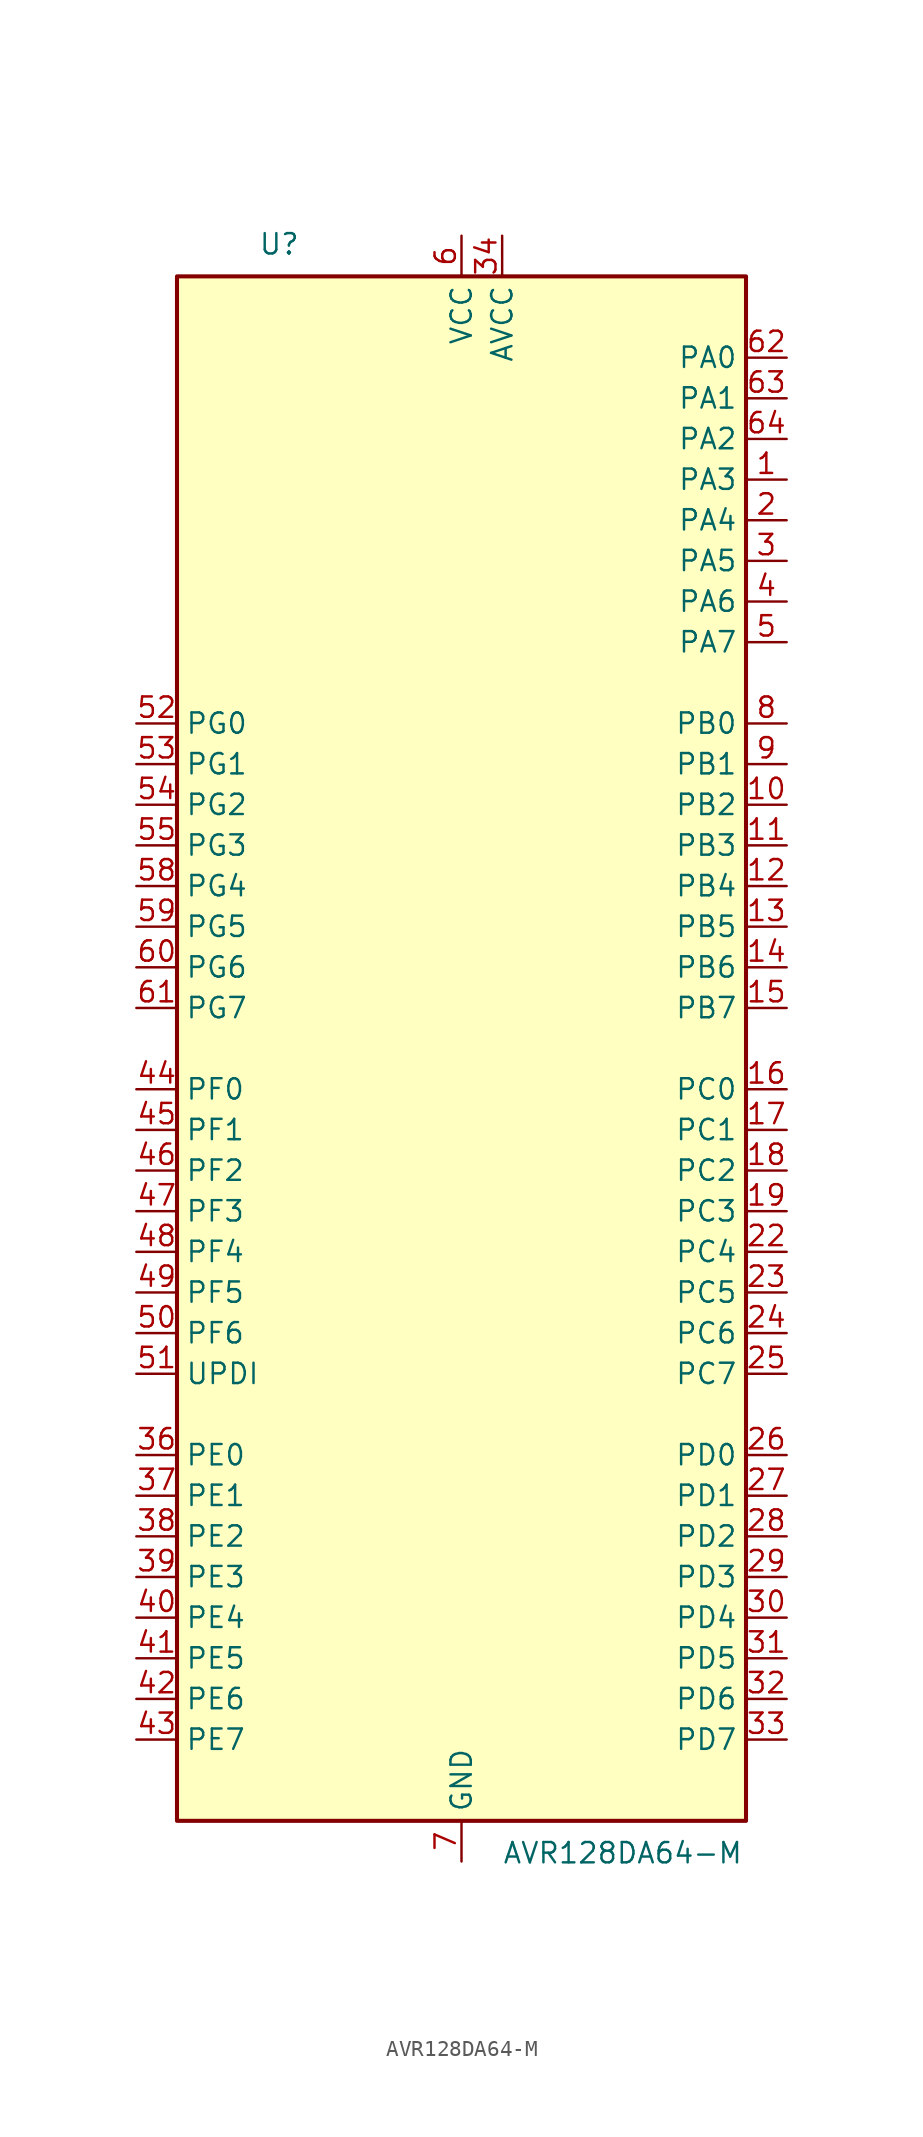
<source format=kicad_sym>
(kicad_symbol_lib
  (version 20211014)
  (generator kicad_symbol_editor)
  (symbol "AVR128DA64-M"
    (property "Reference" "U"
      (at -12.7 49.53 0)
      (effects (font (size 1.27 1.27)) (justify left bottom)))
    (property "Value" "AVR128DA64-M"
      (at 2.54 -49.53 0)
      (effects (font (size 1.27 1.27)) (justify left top)))
    (symbol "AVR128DA64-M_0_1"
      (rectangle (start -17.78 -48.26) (end 17.78 48.26) (stroke (width 0.254) (type default) (color 0 0 0 0)) (fill (type background))))
    (symbol "AVR128DA64-M_1_1"
      (pin bidirectional line (at 20.32 35.56 180) (length 2.54) (name "PA3" (effects (font (size 1.27 1.27)))) (number "1" (effects (font (size 1.27 1.27)))) (alternate "LUT0-OUT" output line) (alternate "TCA0-WO3" output line) (alternate "TCB1-WO" output line) (alternate "TWI0-SCL(MS)" bidirectional line) (alternate "USART0-XDIR" output line) (alternate "X3" output line) (alternate "Y3" bidirectional line))
      (pin bidirectional line (at 20.32 15.24 180) (length 2.54) (name "PB2" (effects (font (size 1.27 1.27)))) (number "10" (effects (font (size 1.27 1.27)))) (alternate "EVOUTB" output line) (alternate "LUT4-IN2" input line) (alternate "TCA0-WO2(1)" output line) (alternate "TCA1-WO2" output line) (alternate "TWI1-SDA(MS)(0,2)" bidirectional line) (alternate "USART3-XCK" bidirectional line) (alternate "X10" output line) (alternate "Y10" bidirectional line))
      (pin bidirectional line (at 20.32 12.7 180) (length 2.54) (name "PB3" (effects (font (size 1.27 1.27)))) (number "11" (effects (font (size 1.27 1.27)))) (alternate "LUT4-OUT" output line) (alternate "TCA0-WO3(1)" output line) (alternate "TCA1-WO3" output line) (alternate "USART1-SCL(MS)(0,2)" bidirectional line) (alternate "USART3-XDIR" output line) (alternate "X11" output line) (alternate "Y11" bidirectional line))
      (pin bidirectional line (at 20.32 10.16 180) (length 2.54) (name "PB4" (effects (font (size 1.27 1.27)))) (number "12" (effects (font (size 1.27 1.27)))) (alternate "SPI1-MOSI(2)" bidirectional line) (alternate "TCA0-WO4(1)" output line) (alternate "TCA1-WO4" output line) (alternate "TCB2-WO(1)" output line) (alternate "TCD0-WOA(1)" output line) (alternate "USART3-TXD(1)" bidirectional line) (alternate "X12" output line) (alternate "Y12" bidirectional line))
      (pin bidirectional line (at 20.32 7.62 180) (length 2.54) (name "PB5" (effects (font (size 1.27 1.27)))) (number "13" (effects (font (size 1.27 1.27)))) (alternate "SPI1-MISO(2)" bidirectional line) (alternate "TCA0-WO5(1)" output line) (alternate "TCA1-WO5" output line) (alternate "TCB3-WO" output line) (alternate "TCD0-WOB(1)" output line) (alternate "USART3-RXD(1)" input line) (alternate "X13" output line) (alternate "Y13" bidirectional line))
      (pin bidirectional line (at 20.32 5.08 180) (length 2.54) (name "PB6" (effects (font (size 1.27 1.27)))) (number "14" (effects (font (size 1.27 1.27)))) (alternate "LUT4-OUT(1)" output line) (alternate "SPI1-SCK(2)" bidirectional line) (alternate "TCD0-WOC(1)" output line) (alternate "TWI1-SDA(S)(1,2)" input line) (alternate "USART3-XCK(1)" bidirectional line) (alternate "X14" output line) (alternate "Y14" bidirectional line))
      (pin bidirectional line (at 20.32 2.54 180) (length 2.54) (name "PB7" (effects (font (size 1.27 1.27)))) (number "15" (effects (font (size 1.27 1.27)))) (alternate "EVOUTB(1)" output line) (alternate "SPI1-~{SS}(2)" bidirectional line) (alternate "TCD0-WOD(1)" output line) (alternate "TWI1-SCL(S)(1,2)" input line) (alternate "USART3-XDIR(1)" output line) (alternate "X15" output line) (alternate "Y15" bidirectional line))
      (pin bidirectional line (at 20.32 -2.54 180) (length 2.54) (name "PC0" (effects (font (size 1.27 1.27)))) (number "16" (effects (font (size 1.27 1.27)))) (alternate "LUT1-IN0" input line) (alternate "SPI1-MOSI" bidirectional line) (alternate "TCA0-WO0(2)" output line) (alternate "TCB2-WO" output line) (alternate "USART1-TXD" bidirectional line))
      (pin bidirectional line (at 20.32 -5.08 180) (length 2.54) (name "PC1" (effects (font (size 1.27 1.27)))) (number "17" (effects (font (size 1.27 1.27)))) (alternate "LUT1-IN1" input line) (alternate "SPI1-MISO" bidirectional line) (alternate "TCA0-WO1(2)" output line) (alternate "TCB3-WO(1)" output line) (alternate "USART1-RXD" input line))
      (pin bidirectional line (at 20.32 -7.62 180) (length 2.54) (name "PC2" (effects (font (size 1.27 1.27)))) (number "18" (effects (font (size 1.27 1.27)))) (alternate "EVOUTC" output line) (alternate "LUT1-IN2" input line) (alternate "SPI1-SCK" bidirectional line) (alternate "TCA-WO2(2)" output line) (alternate "TWI0-SDA(MS+)(0,2)" bidirectional line) (alternate "USART1-XCK" bidirectional line))
      (pin bidirectional line (at 20.32 -10.16 180) (length 2.54) (name "PC3" (effects (font (size 1.27 1.27)))) (number "19" (effects (font (size 1.27 1.27)))) (alternate "LUT1-OUT" output line) (alternate "SPI1-~{SS}" bidirectional line) (alternate "TCA0-WO3(2)" output line) (alternate "TWI0-SCL(MS)(0,2" bidirectional line) (alternate "USART1-XDIR" output line))
      (pin bidirectional line (at 20.32 33.02 180) (length 2.54) (name "PA4" (effects (font (size 1.27 1.27)))) (number "2" (effects (font (size 1.27 1.27)))) (alternate "SPI0-MOSI" bidirectional line) (alternate "TCA0-WO4" output line) (alternate "TCD0-WOA" output line) (alternate "USART0-TXD(1)" bidirectional line) (alternate "X4" output line) (alternate "Y4" bidirectional line))
      (pin power_in line (at 0 50.8 270) (length 2.54) hide (name "VCC" (effects (font (size 1.27 1.27)))) (number "20" (effects (font (size 1.27 1.27)))))
      (pin power_in line (at 0 -50.8 90) (length 2.54) hide (name "GND" (effects (font (size 1.27 1.27)))) (number "21" (effects (font (size 1.27 1.27)))))
      (pin bidirectional line (at 20.32 -12.7 180) (length 2.54) (name "PC4" (effects (font (size 1.27 1.27)))) (number "22" (effects (font (size 1.27 1.27)))) (alternate "SPI1-MOSI(1)" bidirectional line) (alternate "TCA0-WO4(2)" output line) (alternate "TCA1-WO0(1)" output line) (alternate "USART1-TXD(1)" bidirectional line))
      (pin bidirectional line (at 20.32 -15.24 180) (length 2.54) (name "PC5" (effects (font (size 1.27 1.27)))) (number "23" (effects (font (size 1.27 1.27)))) (alternate "SPI1-MISO(1)" bidirectional line) (alternate "TCA0-WO5(2)" output line) (alternate "TCA1-WO1(1)" output line) (alternate "USART1-RXD(1)" input line))
      (pin bidirectional line (at 20.32 -17.78 180) (length 2.54) (name "PC6" (effects (font (size 1.27 1.27)))) (number "24" (effects (font (size 1.27 1.27)))) (alternate "AC0-OUT(1)" output line) (alternate "AC1-OUT(1)" output line) (alternate "AC2-OUT(1)" output line) (alternate "LUT1-OUT(1)" output line) (alternate "SPI1-SCK(1)" bidirectional line) (alternate "TCA-WO2(2)" output line) (alternate "TWI0-SDA(S)(1,2)" bidirectional line) (alternate "USART1-XCK(1)" bidirectional line))
      (pin bidirectional line (at 20.32 -20.32 180) (length 2.54) (name "PC7" (effects (font (size 1.27 1.27)))) (number "25" (effects (font (size 1.27 1.27)))) (alternate "EVOUTC(1)" output line) (alternate "SPI1-~{SS}(1)" bidirectional line) (alternate "TWI0-SCL(S)(1,2)" bidirectional line) (alternate "USART1-XDIR(1)" output line) (alternate "ZCD0-OUT(1)" output line) (alternate "ZCD1-OUT(1)" output line) (alternate "ZCD2-OUT(1)" output line))
      (pin bidirectional line (at 20.32 -25.4 180) (length 2.54) (name "PD0" (effects (font (size 1.27 1.27)))) (number "26" (effects (font (size 1.27 1.27)))) (alternate "AC0-AINN1" input line) (alternate "AC1-AINN1" input line) (alternate "AC2-AINN1" input line) (alternate "ADC0-AIN0" input line) (alternate "LUT2-IN0" input line) (alternate "TC0-WO0(3)" output line) (alternate "X16" output line) (alternate "Y16" bidirectional line))
      (pin bidirectional line (at 20.32 -27.94 180) (length 2.54) (name "PD1" (effects (font (size 1.27 1.27)))) (number "27" (effects (font (size 1.27 1.27)))) (alternate "ADC0-AIN1" input line) (alternate "LUT2-IN1" input line) (alternate "TCA0-WO1(3)" output line) (alternate "X17" output line) (alternate "Y17" bidirectional line) (alternate "ZCD0-ZCIN" input line))
      (pin bidirectional line (at 20.32 -30.48 180) (length 2.54) (name "PD2" (effects (font (size 1.27 1.27)))) (number "28" (effects (font (size 1.27 1.27)))) (alternate "AC0-AINP0" input line) (alternate "AC1-AINP0" input line) (alternate "AC2-AINP0" input line) (alternate "ADC0-AIN2" input line) (alternate "EVOUTD" output line) (alternate "LUT2-IN2" input line) (alternate "TCA0-WO2(3)" output line) (alternate "X18" output line) (alternate "Y18" bidirectional line))
      (pin bidirectional line (at 20.32 -33.02 180) (length 2.54) (name "PD3" (effects (font (size 1.27 1.27)))) (number "29" (effects (font (size 1.27 1.27)))) (alternate "AC0-AINN0" input line) (alternate "AC1-AINP1" input line) (alternate "ADC0-AIN3" input line) (alternate "LUT2-OUT" output line) (alternate "TCA0-WO3(3)" output line) (alternate "X19" output line) (alternate "Y19" bidirectional line))
      (pin bidirectional line (at 20.32 30.48 180) (length 2.54) (name "PA5" (effects (font (size 1.27 1.27)))) (number "3" (effects (font (size 1.27 1.27)))) (alternate "SPI0-MISO" bidirectional line) (alternate "TCA0-WO5" output line) (alternate "TCD0-WOB" output line) (alternate "USART0-RXD(1)" input line) (alternate "X5" output line) (alternate "Y5" bidirectional line))
      (pin bidirectional line (at 20.32 -35.56 180) (length 2.54) (name "PD4" (effects (font (size 1.27 1.27)))) (number "30" (effects (font (size 1.27 1.27)))) (alternate "AC1-AINP2" input line) (alternate "AC2-AINP1" input line) (alternate "ADC0-AIN4" input line) (alternate "TCA0-WO4(3)" output line) (alternate "X20" output line) (alternate "Y20" bidirectional line))
      (pin bidirectional line (at 20.32 -38.1 180) (length 2.54) (name "PD5" (effects (font (size 1.27 1.27)))) (number "31" (effects (font (size 1.27 1.27)))) (alternate "AC1-AINN0" input line) (alternate "ADC0-AIN5" input line) (alternate "TCA0-WO5(3)" output line) (alternate "X21" output line) (alternate "Y21" bidirectional line))
      (pin bidirectional line (at 20.32 -40.64 180) (length 2.54) (name "PD6" (effects (font (size 1.27 1.27)))) (number "32" (effects (font (size 1.27 1.27)))) (alternate "AC0-AINP3" input line) (alternate "AC1-AINP3" input line) (alternate "AC2-AINP3" input line) (alternate "ADC0-AIN6" input line) (alternate "DAC0-OUT" output line) (alternate "LUT2-OUT(1)" output line) (alternate "X22" output line) (alternate "Y22" bidirectional line))
      (pin bidirectional line (at 20.32 -43.18 180) (length 2.54) (name "PD7" (effects (font (size 1.27 1.27)))) (number "33" (effects (font (size 1.27 1.27)))) (alternate "AC0-AINN2" input line) (alternate "AC1-AINN2" input line) (alternate "AC2-AINN0/2" input line) (alternate "ADC0-AIN7" input line) (alternate "EVOUTD(1)" output line) (alternate "VREFA" input line) (alternate "X23" output line) (alternate "Y23" bidirectional line))
      (pin power_in line (at 2.54 50.8 270) (length 2.54) (name "AVCC" (effects (font (size 1.27 1.27)))) (number "34" (effects (font (size 1.27 1.27)))))
      (pin power_in line (at 0 -50.8 90) (length 2.54) hide (name "GND" (effects (font (size 1.27 1.27)))) (number "35" (effects (font (size 1.27 1.27)))))
      (pin bidirectional line (at -20.32 -25.4 0) (length 2.54) (name "PE0" (effects (font (size 1.27 1.27)))) (number "36" (effects (font (size 1.27 1.27)))) (alternate "AC0-AINP1" input line) (alternate "ADC0-AIN8" input line) (alternate "SPI0-MOSI(1)" bidirectional line) (alternate "TCA0-WO0(4)" output line) (alternate "USART4-TXD" output line) (alternate "X24" output line) (alternate "Y24" bidirectional line))
      (pin bidirectional line (at -20.32 -27.94 0) (length 2.54) (name "PE1" (effects (font (size 1.27 1.27)))) (number "37" (effects (font (size 1.27 1.27)))) (alternate "AC2-AINP2" input line) (alternate "ADC-AIN9" input line) (alternate "SPI0-MISO(1)" bidirectional line) (alternate "TCA0-WO1(4)" output line) (alternate "USART4-RXD" input line) (alternate "X25" output line) (alternate "Y25" bidirectional line))
      (pin bidirectional line (at -20.32 -30.48 0) (length 2.54) (name "PE2" (effects (font (size 1.27 1.27)))) (number "38" (effects (font (size 1.27 1.27)))) (alternate "AC0-AINP2" input line) (alternate "ADC0-AIN10" input line) (alternate "EVOUTE" output line) (alternate "OP2-OUT" output line) (alternate "SPI0-SCK(1)" bidirectional line) (alternate "TCA0-WO2(4)" output line) (alternate "USART4-XCK" bidirectional line) (alternate "X26" output line) (alternate "Y26" bidirectional line))
      (pin bidirectional line (at -20.32 -33.02 0) (length 2.54) (name "PE3" (effects (font (size 1.27 1.27)))) (number "39" (effects (font (size 1.27 1.27)))) (alternate "ADC0-AIN11" input line) (alternate "SPI0-~{SS}(1)" bidirectional line) (alternate "TCA0-WO3(4)" output line) (alternate "USART4-XDIR" output line) (alternate "X27" output line) (alternate "Y27" bidirectional line) (alternate "ZCD1-ZCIN" input line))
      (pin bidirectional line (at 20.32 27.94 180) (length 2.54) (name "PA6" (effects (font (size 1.27 1.27)))) (number "4" (effects (font (size 1.27 1.27)))) (alternate "LUT0-OUT(1)" output line) (alternate "SPI0-SCK" bidirectional line) (alternate "TCD0-WOC" output line) (alternate "USART0-XCK(1)" bidirectional line) (alternate "X6" output line) (alternate "Y6" bidirectional line))
      (pin bidirectional line (at -20.32 -35.56 0) (length 2.54) (name "PE4" (effects (font (size 1.27 1.27)))) (number "40" (effects (font (size 1.27 1.27)))) (alternate "ADC0-AIN12" input line) (alternate "TCA0-WO4(4)" output line) (alternate "TCA1-WO0(2)" output line) (alternate "USART4-TXD(1)" bidirectional line) (alternate "X28" output line) (alternate "Y28" bidirectional line))
      (pin bidirectional line (at -20.32 -38.1 0) (length 2.54) (name "PE5" (effects (font (size 1.27 1.27)))) (number "41" (effects (font (size 1.27 1.27)))) (alternate "ADC0-AIN13" input line) (alternate "TCA0-WO5(4)" output line) (alternate "TCA1-WO1(2)" output line) (alternate "USART4-RXD(1)" input line) (alternate "X29" output line) (alternate "Y29" bidirectional line))
      (pin bidirectional line (at -20.32 -40.64 0) (length 2.54) (name "PE6" (effects (font (size 1.27 1.27)))) (number "42" (effects (font (size 1.27 1.27)))) (alternate "ADC0-AIN14" input line) (alternate "TCA1-WO2(2)" output line) (alternate "USART4-XCK(1)" bidirectional line) (alternate "X30" output line) (alternate "Y30" bidirectional line))
      (pin bidirectional line (at -20.32 -43.18 0) (length 2.54) (name "PE7" (effects (font (size 1.27 1.27)))) (number "43" (effects (font (size 1.27 1.27)))) (alternate "ADC0-AIN15" input line) (alternate "EVOUTE(1)" output line) (alternate "USART4-XDIR(1)" output line) (alternate "X31" output line) (alternate "Y31" bidirectional line) (alternate "ZCD2-ZCIN" input line))
      (pin bidirectional line (at -20.32 -2.54 0) (length 2.54) (name "PF0" (effects (font (size 1.27 1.27)))) (number "44" (effects (font (size 1.27 1.27)))) (alternate "ADC0-AIN16(P)" input line) (alternate "LUT3-IN0" input line) (alternate "TCA0-WO0(5)" output line) (alternate "TCD0-WOA(2)" output line) (alternate "USART2-TXD" bidirectional line) (alternate "X32" output line) (alternate "XTAL32K1" passive line) (alternate "Y32" bidirectional line))
      (pin bidirectional line (at -20.32 -5.08 0) (length 2.54) (name "PF1" (effects (font (size 1.27 1.27)))) (number "45" (effects (font (size 1.27 1.27)))) (alternate "ADC0-AIN17(P)" input line) (alternate "LUT3-IN1" input line) (alternate "TCA0-WO1(5)" output line) (alternate "TCD0-WOB(2)" output line) (alternate "USART2-RXD" input line) (alternate "X33" output line) (alternate "XTAL32K2" passive line) (alternate "Y33" bidirectional line))
      (pin bidirectional line (at -20.32 -7.62 0) (length 2.54) (name "PF2" (effects (font (size 1.27 1.27)))) (number "46" (effects (font (size 1.27 1.27)))) (alternate "ADC0-AIN18(P)" input line) (alternate "EVOUTF" output line) (alternate "LUT3-IN2" input line) (alternate "TCA0-WO2(5)" output line) (alternate "TCD0-WOC(2)" output line) (alternate "TWI1-SDA(MS+)" bidirectional line) (alternate "USART2-XCK" bidirectional line) (alternate "X34" output line) (alternate "Y34" bidirectional line))
      (pin bidirectional line (at -20.32 -10.16 0) (length 2.54) (name "PF3" (effects (font (size 1.27 1.27)))) (number "47" (effects (font (size 1.27 1.27)))) (alternate "ADC0-AIN19(P)" input line) (alternate "LUT3-OUT" output line) (alternate "TCA0-WO3(5)" output line) (alternate "TCD0-WOD(2)" output line) (alternate "TWI1-SCL(MS+)" bidirectional line) (alternate "USART2-XDIR" output line) (alternate "X35" output line) (alternate "Y35" bidirectional line))
      (pin bidirectional line (at -20.32 -12.7 0) (length 2.54) (name "PF4" (effects (font (size 1.27 1.27)))) (number "48" (effects (font (size 1.27 1.27)))) (alternate "ADC0-AIN20(P)" input line) (alternate "TCA0-WO4(5)" output line) (alternate "TCB0-WO(1)" output line) (alternate "USART2-TXD(1)" output line) (alternate "X36" output line) (alternate "Y36" bidirectional line))
      (pin bidirectional line (at -20.32 -15.24 0) (length 2.54) (name "PF5" (effects (font (size 1.27 1.27)))) (number "49" (effects (font (size 1.27 1.27)))) (alternate "ADC0-AIN21(P)" input line) (alternate "TCA0-WO5(5)" output line) (alternate "TCB1-WO(1)" output line) (alternate "USART2-RXD(1)" input line) (alternate "X37" output line) (alternate "Y37" bidirectional line))
      (pin bidirectional line (at 20.32 25.4 180) (length 2.54) (name "PA7" (effects (font (size 1.27 1.27)))) (number "5" (effects (font (size 1.27 1.27)))) (alternate "AC0-OUT" output line) (alternate "AC1-OUT" output line) (alternate "AC2-OUT" output line) (alternate "CLKOUT" output line) (alternate "EVOUTA(1)" output line) (alternate "SPI0-~{SS}" bidirectional line) (alternate "TCD0-WOD" output line) (alternate "USART0-XDIR(1)" output line) (alternate "X7" output line) (alternate "Y7" bidirectional line) (alternate "ZCD0-OUT" output line) (alternate "ZCD1-OUT" output line) (alternate "ZDC2-OUT" output line))
      (pin input line (at -20.32 -17.78 0) (length 2.54) (name "PF6" (effects (font (size 1.27 1.27)))) (number "50" (effects (font (size 1.27 1.27)))) (alternate "~{RESET}" input line))
      (pin bidirectional line (at -20.32 -20.32 0) (length 2.54) (name "UPDI" (effects (font (size 1.27 1.27)))) (number "51" (effects (font (size 1.27 1.27)))))
      (pin bidirectional line (at -20.32 20.32 0) (length 2.54) (name "PG0" (effects (font (size 1.27 1.27)))) (number "52" (effects (font (size 1.27 1.27)))) (alternate "LUT5-IN0" input line) (alternate "TCA0-WO0(6)" output line) (alternate "TCA1-WO0(3)" output line) (alternate "USART5-TXD" bidirectional line) (alternate "X40" output line) (alternate "Y40" bidirectional line))
      (pin bidirectional line (at -20.32 17.78 0) (length 2.54) (name "PG1" (effects (font (size 1.27 1.27)))) (number "53" (effects (font (size 1.27 1.27)))) (alternate "LUT5-IN1" input line) (alternate "TCA0-WO1(6)" output line) (alternate "TCA1-WO1(3)" output line) (alternate "USART5-RXD" input line) (alternate "X41" output line) (alternate "Y41" bidirectional line))
      (pin bidirectional line (at -20.32 15.24 0) (length 2.54) (name "PG2" (effects (font (size 1.27 1.27)))) (number "54" (effects (font (size 1.27 1.27)))) (alternate "EVOUTG" output line) (alternate "LUT5-IN2" input line) (alternate "TCA0-WO2(6)" output line) (alternate "TCA1-WO2(3)" output line) (alternate "USART5-XCK" bidirectional line) (alternate "X42" output line) (alternate "Y42" bidirectional line))
      (pin bidirectional line (at -20.32 12.7 0) (length 2.54) (name "PG3" (effects (font (size 1.27 1.27)))) (number "55" (effects (font (size 1.27 1.27)))) (alternate "LUT5-OUT" output line) (alternate "TCA0-WO3(6)" output line) (alternate "TCA1-WO3(3)" output line) (alternate "TCB4-WO" output line) (alternate "USART5-XDIR" output line) (alternate "X43" output line) (alternate "Y43" bidirectional line))
      (pin power_in line (at 0 50.8 270) (length 2.54) hide (name "VCC" (effects (font (size 1.27 1.27)))) (number "56" (effects (font (size 1.27 1.27)))))
      (pin power_in line (at 0 -50.8 90) (length 2.54) hide (name "GND" (effects (font (size 1.27 1.27)))) (number "57" (effects (font (size 1.27 1.27)))))
      (pin bidirectional line (at -20.32 10.16 0) (length 2.54) (name "PG4" (effects (font (size 1.27 1.27)))) (number "58" (effects (font (size 1.27 1.27)))) (alternate "SPI0-MOSI(2)" bidirectional line) (alternate "TCA0-WO4(6)" output line) (alternate "TCA1-WO4(3)" output line) (alternate "TCD0-WOB(3)" output line) (alternate "USART5-TXD(1)" bidirectional line) (alternate "X44" output line) (alternate "Y44" bidirectional line))
      (pin bidirectional line (at -20.32 7.62 0) (length 2.54) (name "PG5" (effects (font (size 1.27 1.27)))) (number "59" (effects (font (size 1.27 1.27)))) (alternate "SPI0-MISO(2)" bidirectional line) (alternate "TCA0-WO5(6)" output line) (alternate "TCA1-WO5(3)" output line) (alternate "TCD0-WOB(3)" output line) (alternate "USART5-RXD(1)" input line) (alternate "X45" output line) (alternate "Y45" bidirectional line))
      (pin power_in line (at 0 50.8 270) (length 2.54) (name "VCC" (effects (font (size 1.27 1.27)))) (number "6" (effects (font (size 1.27 1.27)))))
      (pin bidirectional line (at -20.32 5.08 0) (length 2.54) (name "PG6" (effects (font (size 1.27 1.27)))) (number "60" (effects (font (size 1.27 1.27)))) (alternate "LUT5-OUT(1)" output line) (alternate "SPI0-SCK(2)" bidirectional line) (alternate "TCD0-WOC(3)" output line) (alternate "USART5-XCK(1)" bidirectional line) (alternate "X46" output line) (alternate "Y46" bidirectional line))
      (pin bidirectional line (at -20.32 2.54 0) (length 2.54) (name "PG7" (effects (font (size 1.27 1.27)))) (number "61" (effects (font (size 1.27 1.27)))) (alternate "EVOUTG(1)" output line) (alternate "SPI0-~{SS}(2)" bidirectional line) (alternate "TCD-WOD(3)" output line) (alternate "USART5-XDIR(1)" output line) (alternate "X47" output line) (alternate "Y47" bidirectional line))
      (pin bidirectional line (at 20.32 43.18 180) (length 2.54) (name "PA0" (effects (font (size 1.27 1.27)))) (number "62" (effects (font (size 1.27 1.27)))) (alternate "EXTCLK" input clock) (alternate "LUT0-IN0" input line) (alternate "TCA0-WO0" output line) (alternate "USART0-TXD" bidirectional line) (alternate "X0" output line) (alternate "Y0" bidirectional line))
      (pin bidirectional line (at 20.32 40.64 180) (length 2.54) (name "PA1" (effects (font (size 1.27 1.27)))) (number "63" (effects (font (size 1.27 1.27)))) (alternate "LUT0-IN1" input line) (alternate "TCA0-WO1" output line) (alternate "USART0-RXD" input line) (alternate "X1" output line) (alternate "Y1" bidirectional line))
      (pin bidirectional line (at 20.32 38.1 180) (length 2.54) (name "PA2" (effects (font (size 1.27 1.27)))) (number "64" (effects (font (size 1.27 1.27)))) (alternate "EVOUTA" output line) (alternate "LUT0-IN2" input line) (alternate "TCA0-WO2" output line) (alternate "TCB0-WO" output line) (alternate "TWI0-SDA(MS)" bidirectional line) (alternate "USART0-XCK" bidirectional line) (alternate "X2" output line) (alternate "Y2" bidirectional line))
      (pin power_in line (at 0 -50.8 90) (length 2.54) (name "GND" (effects (font (size 1.27 1.27)))) (number "7" (effects (font (size 1.27 1.27)))))
      (pin bidirectional line (at 20.32 20.32 180) (length 2.54) (name "PB0" (effects (font (size 1.27 1.27)))) (number "8" (effects (font (size 1.27 1.27)))) (alternate "LUT4-IN0" input line) (alternate "TCA0-WO0(1)" output line) (alternate "TCA1-WO0" output line) (alternate "UART3-TXD" bidirectional line) (alternate "X8" output line) (alternate "Y8" bidirectional line))
      (pin bidirectional line (at 20.32 17.78 180) (length 2.54) (name "PB1" (effects (font (size 1.27 1.27)))) (number "9" (effects (font (size 1.27 1.27)))) (alternate "LUT4-IN1" input line) (alternate "TCA0-WO1(1)" output line) (alternate "TCA1-WO0" output line) (alternate "USART3-RXD" input line) (alternate "X9" output line) (alternate "Y9" bidirectional line)))))
</source>
